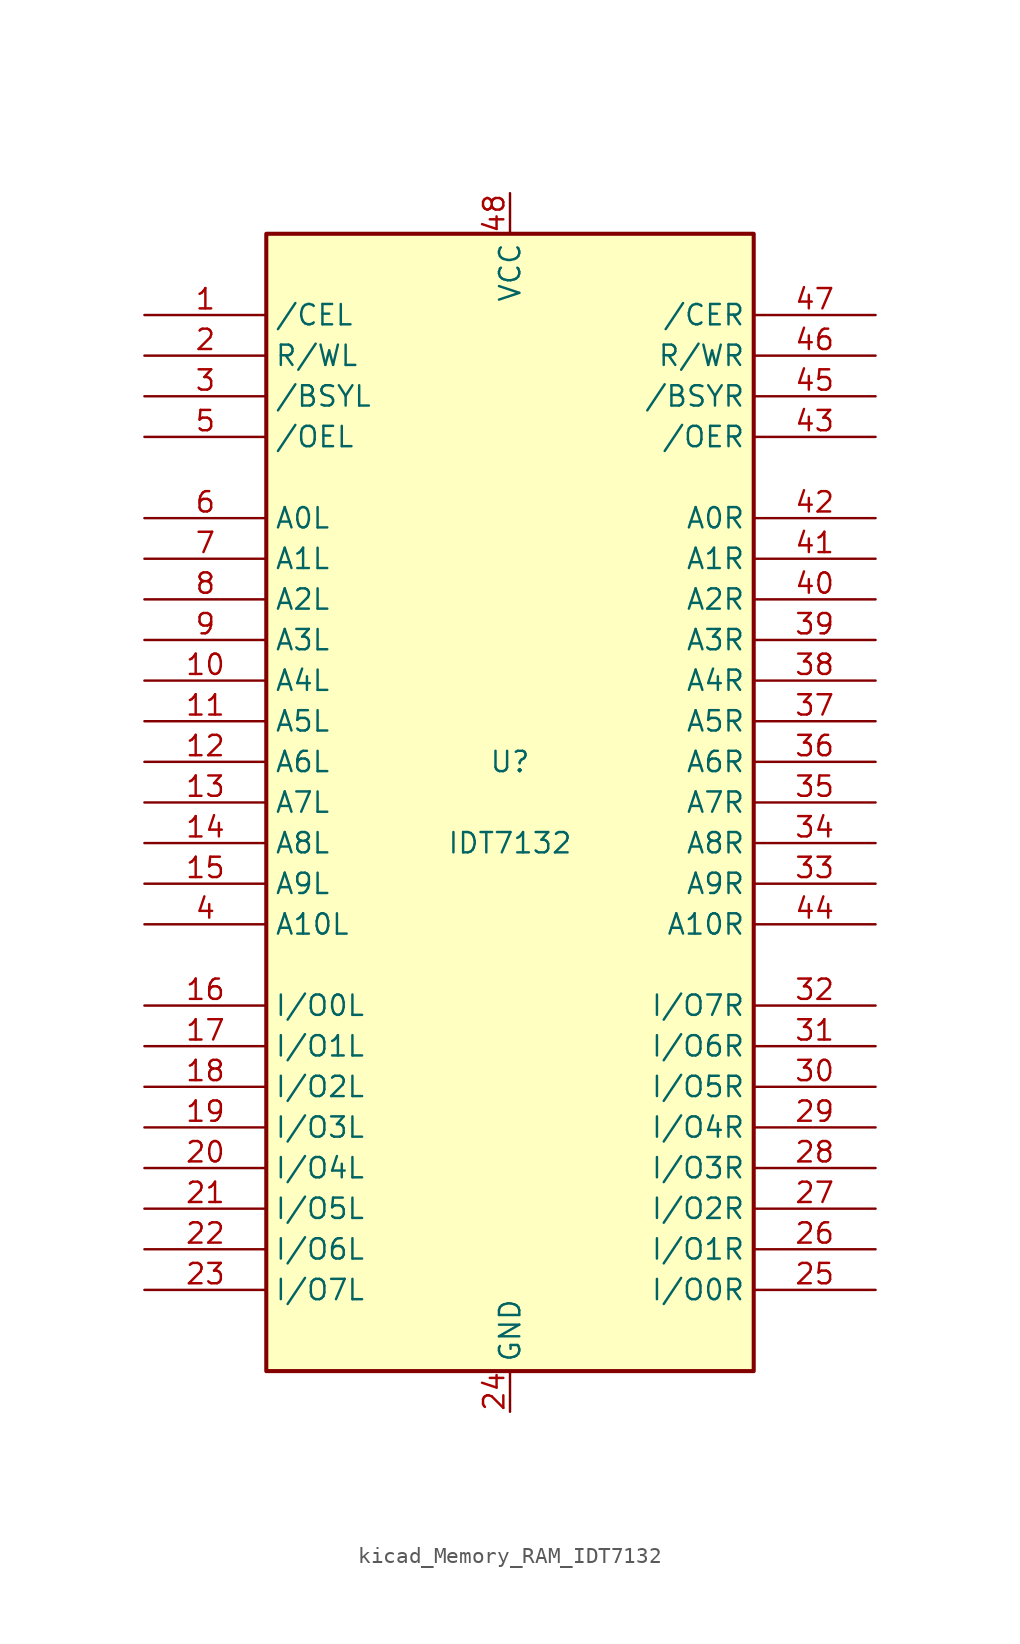
<source format=kicad_sym>
(kicad_symbol_lib
  (version 20220914)
  (generator kicad_symbol_editor)
  (symbol "kicad_Memory_RAM_IDT7132"
    (property "Reference" "U"
      (at 0 2.54 0)
      (effects (font (size 1.27 1.27))))
    (property "Value" "IDT7132"
      (at 0 -2.54 0)
      (effects (font (size 1.27 1.27))))
    (symbol "kicad_Memory_RAM_IDT7132_0_1"
      (rectangle (start -15.24 -35.56) (end 15.24 35.56) (stroke (width 0.254) (type default)) (fill (type background))))
    (symbol "kicad_Memory_RAM_IDT7132_1_1"
      (pin input line (at -22.86 30.48 0) (length 7.62) (name "/CEL" (effects (font (size 1.27 1.27)))) (number "1" (effects (font (size 1.27 1.27)))))
      (pin input line (at -22.86 7.62 0) (length 7.62) (name "A4L" (effects (font (size 1.27 1.27)))) (number "10" (effects (font (size 1.27 1.27)))))
      (pin input line (at -22.86 5.08 0) (length 7.62) (name "A5L" (effects (font (size 1.27 1.27)))) (number "11" (effects (font (size 1.27 1.27)))))
      (pin input line (at -22.86 2.54 0) (length 7.62) (name "A6L" (effects (font (size 1.27 1.27)))) (number "12" (effects (font (size 1.27 1.27)))))
      (pin input line (at -22.86 0 0) (length 7.62) (name "A7L" (effects (font (size 1.27 1.27)))) (number "13" (effects (font (size 1.27 1.27)))))
      (pin input line (at -22.86 -2.54 0) (length 7.62) (name "A8L" (effects (font (size 1.27 1.27)))) (number "14" (effects (font (size 1.27 1.27)))))
      (pin input line (at -22.86 -5.08 0) (length 7.62) (name "A9L" (effects (font (size 1.27 1.27)))) (number "15" (effects (font (size 1.27 1.27)))))
      (pin input line (at -22.86 -12.7 0) (length 7.62) (name "I/O0L" (effects (font (size 1.27 1.27)))) (number "16" (effects (font (size 1.27 1.27)))))
      (pin input line (at -22.86 -15.24 0) (length 7.62) (name "I/O1L" (effects (font (size 1.27 1.27)))) (number "17" (effects (font (size 1.27 1.27)))))
      (pin input line (at -22.86 -17.78 0) (length 7.62) (name "I/O2L" (effects (font (size 1.27 1.27)))) (number "18" (effects (font (size 1.27 1.27)))))
      (pin input line (at -22.86 -20.32 0) (length 7.62) (name "I/O3L" (effects (font (size 1.27 1.27)))) (number "19" (effects (font (size 1.27 1.27)))))
      (pin input line (at -22.86 27.94 0) (length 7.62) (name "R/WL" (effects (font (size 1.27 1.27)))) (number "2" (effects (font (size 1.27 1.27)))))
      (pin input line (at -22.86 -22.86 0) (length 7.62) (name "I/O4L" (effects (font (size 1.27 1.27)))) (number "20" (effects (font (size 1.27 1.27)))))
      (pin input line (at -22.86 -25.4 0) (length 7.62) (name "I/O5L" (effects (font (size 1.27 1.27)))) (number "21" (effects (font (size 1.27 1.27)))))
      (pin input line (at -22.86 -27.94 0) (length 7.62) (name "I/O6L" (effects (font (size 1.27 1.27)))) (number "22" (effects (font (size 1.27 1.27)))))
      (pin input line (at -22.86 -30.48 0) (length 7.62) (name "I/O7L" (effects (font (size 1.27 1.27)))) (number "23" (effects (font (size 1.27 1.27)))))
      (pin power_in line (at 0 -38.1 90) (length 2.54) (name "GND" (effects (font (size 1.27 1.27)))) (number "24" (effects (font (size 1.27 1.27)))))
      (pin input line (at 22.86 -30.48 180) (length 7.62) (name "I/O0R" (effects (font (size 1.27 1.27)))) (number "25" (effects (font (size 1.27 1.27)))))
      (pin input line (at 22.86 -27.94 180) (length 7.62) (name "I/O1R" (effects (font (size 1.27 1.27)))) (number "26" (effects (font (size 1.27 1.27)))))
      (pin input line (at 22.86 -25.4 180) (length 7.62) (name "I/O2R" (effects (font (size 1.27 1.27)))) (number "27" (effects (font (size 1.27 1.27)))))
      (pin input line (at 22.86 -22.86 180) (length 7.62) (name "I/O3R" (effects (font (size 1.27 1.27)))) (number "28" (effects (font (size 1.27 1.27)))))
      (pin input line (at 22.86 -20.32 180) (length 7.62) (name "I/O4R" (effects (font (size 1.27 1.27)))) (number "29" (effects (font (size 1.27 1.27)))))
      (pin output line (at -22.86 25.4 0) (length 7.62) (name "/BSYL" (effects (font (size 1.27 1.27)))) (number "3" (effects (font (size 1.27 1.27)))))
      (pin input line (at 22.86 -17.78 180) (length 7.62) (name "I/O5R" (effects (font (size 1.27 1.27)))) (number "30" (effects (font (size 1.27 1.27)))))
      (pin input line (at 22.86 -15.24 180) (length 7.62) (name "I/O6R" (effects (font (size 1.27 1.27)))) (number "31" (effects (font (size 1.27 1.27)))))
      (pin input line (at 22.86 -12.7 180) (length 7.62) (name "I/O7R" (effects (font (size 1.27 1.27)))) (number "32" (effects (font (size 1.27 1.27)))))
      (pin input line (at 22.86 -5.08 180) (length 7.62) (name "A9R" (effects (font (size 1.27 1.27)))) (number "33" (effects (font (size 1.27 1.27)))))
      (pin input line (at 22.86 -2.54 180) (length 7.62) (name "A8R" (effects (font (size 1.27 1.27)))) (number "34" (effects (font (size 1.27 1.27)))))
      (pin input line (at 22.86 0 180) (length 7.62) (name "A7R" (effects (font (size 1.27 1.27)))) (number "35" (effects (font (size 1.27 1.27)))))
      (pin input line (at 22.86 2.54 180) (length 7.62) (name "A6R" (effects (font (size 1.27 1.27)))) (number "36" (effects (font (size 1.27 1.27)))))
      (pin input line (at 22.86 5.08 180) (length 7.62) (name "A5R" (effects (font (size 1.27 1.27)))) (number "37" (effects (font (size 1.27 1.27)))))
      (pin input line (at 22.86 7.62 180) (length 7.62) (name "A4R" (effects (font (size 1.27 1.27)))) (number "38" (effects (font (size 1.27 1.27)))))
      (pin input line (at 22.86 10.16 180) (length 7.62) (name "A3R" (effects (font (size 1.27 1.27)))) (number "39" (effects (font (size 1.27 1.27)))))
      (pin input line (at -22.86 -7.62 0) (length 7.62) (name "A10L" (effects (font (size 1.27 1.27)))) (number "4" (effects (font (size 1.27 1.27)))))
      (pin input line (at 22.86 12.7 180) (length 7.62) (name "A2R" (effects (font (size 1.27 1.27)))) (number "40" (effects (font (size 1.27 1.27)))))
      (pin input line (at 22.86 15.24 180) (length 7.62) (name "A1R" (effects (font (size 1.27 1.27)))) (number "41" (effects (font (size 1.27 1.27)))))
      (pin input line (at 22.86 17.78 180) (length 7.62) (name "A0R" (effects (font (size 1.27 1.27)))) (number "42" (effects (font (size 1.27 1.27)))))
      (pin input line (at 22.86 22.86 180) (length 7.62) (name "/OER" (effects (font (size 1.27 1.27)))) (number "43" (effects (font (size 1.27 1.27)))))
      (pin input line (at 22.86 -7.62 180) (length 7.62) (name "A10R" (effects (font (size 1.27 1.27)))) (number "44" (effects (font (size 1.27 1.27)))))
      (pin output line (at 22.86 25.4 180) (length 7.62) (name "/BSYR" (effects (font (size 1.27 1.27)))) (number "45" (effects (font (size 1.27 1.27)))))
      (pin input line (at 22.86 27.94 180) (length 7.62) (name "R/WR" (effects (font (size 1.27 1.27)))) (number "46" (effects (font (size 1.27 1.27)))))
      (pin input line (at 22.86 30.48 180) (length 7.62) (name "/CER" (effects (font (size 1.27 1.27)))) (number "47" (effects (font (size 1.27 1.27)))))
      (pin power_in line (at 0 38.1 270) (length 2.54) (name "VCC" (effects (font (size 1.27 1.27)))) (number "48" (effects (font (size 1.27 1.27)))))
      (pin input line (at -22.86 22.86 0) (length 7.62) (name "/OEL" (effects (font (size 1.27 1.27)))) (number "5" (effects (font (size 1.27 1.27)))))
      (pin input line (at -22.86 17.78 0) (length 7.62) (name "A0L" (effects (font (size 1.27 1.27)))) (number "6" (effects (font (size 1.27 1.27)))))
      (pin input line (at -22.86 15.24 0) (length 7.62) (name "A1L" (effects (font (size 1.27 1.27)))) (number "7" (effects (font (size 1.27 1.27)))))
      (pin input line (at -22.86 12.7 0) (length 7.62) (name "A2L" (effects (font (size 1.27 1.27)))) (number "8" (effects (font (size 1.27 1.27)))))
      (pin input line (at -22.86 10.16 0) (length 7.62) (name "A3L" (effects (font (size 1.27 1.27)))) (number "9" (effects (font (size 1.27 1.27))))))))
</source>
